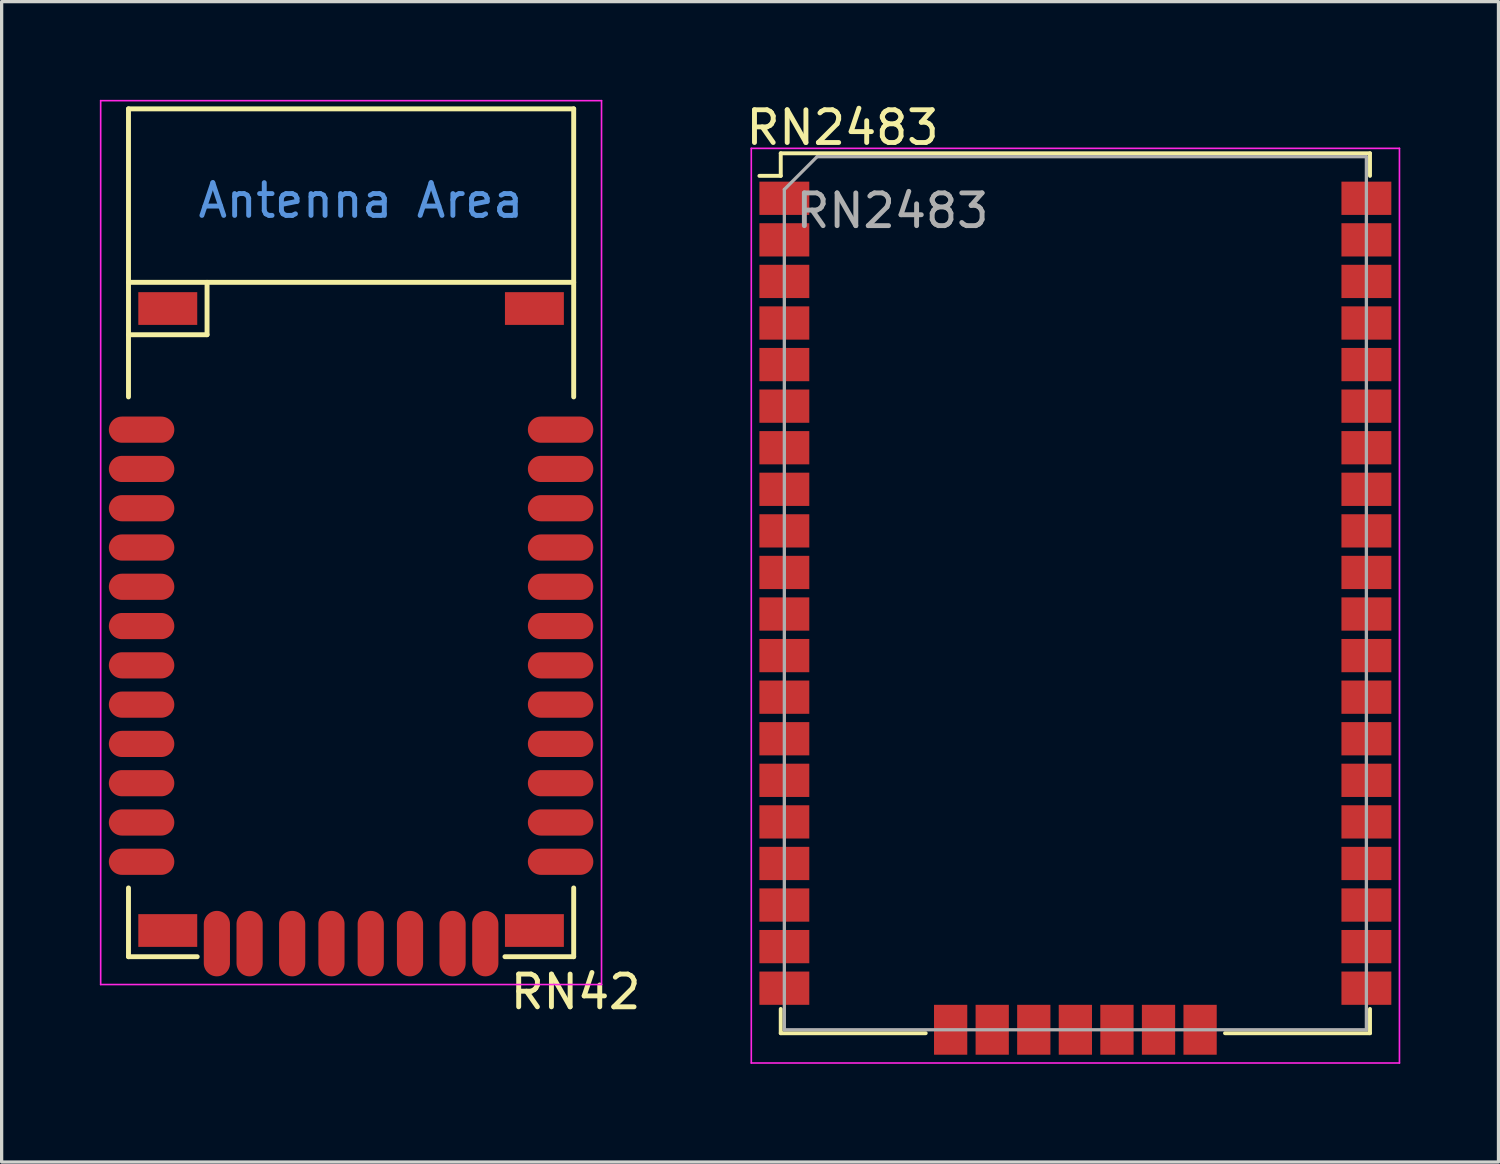
<source format=kicad_pcb>
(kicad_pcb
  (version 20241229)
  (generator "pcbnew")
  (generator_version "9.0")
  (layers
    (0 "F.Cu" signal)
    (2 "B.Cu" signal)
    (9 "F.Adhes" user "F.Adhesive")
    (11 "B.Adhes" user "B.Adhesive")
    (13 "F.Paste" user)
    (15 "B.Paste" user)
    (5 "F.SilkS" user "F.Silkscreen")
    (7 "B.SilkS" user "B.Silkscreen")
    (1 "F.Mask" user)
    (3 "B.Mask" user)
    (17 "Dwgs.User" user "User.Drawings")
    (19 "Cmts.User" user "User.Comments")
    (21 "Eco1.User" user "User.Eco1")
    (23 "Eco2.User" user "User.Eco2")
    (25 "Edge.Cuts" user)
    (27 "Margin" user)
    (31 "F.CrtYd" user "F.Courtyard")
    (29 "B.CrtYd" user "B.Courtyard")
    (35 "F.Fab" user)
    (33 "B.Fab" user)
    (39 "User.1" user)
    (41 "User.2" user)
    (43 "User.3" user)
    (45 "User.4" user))
  (footprint "RN42"
    (layer "F.Cu")
    (at 7.675 16.075)
    (property "Reference" "RN42" (at 6.858 11.176 0) (layer "F.SilkS") (effects (font (size 1 1) (thickness 0.15))))
    (attr smd)
    (fp_line (start -6.8 -15.8) (end 6.8 -15.8) (stroke (width 0.15) (type solid)) (layer "F.SilkS"))
    (fp_line (start -6.8 -10.5) (end 6.8 -10.5) (stroke (width 0.15) (type solid)) (layer "F.SilkS"))
    (fp_line (start -6.8 -8.9) (end -4.4 -8.9) (stroke (width 0.15) (type solid)) (layer "F.SilkS"))
    (fp_line (start -6.8 -7) (end -6.8 -15.8) (stroke (width 0.15) (type solid)) (layer "F.SilkS"))
    (fp_line (start -6.8 10.1) (end -6.8 8) (stroke (width 0.15) (type solid)) (layer "F.SilkS"))
    (fp_line (start -4.7 10.1) (end -6.8 10.1) (stroke (width 0.15) (type solid)) (layer "F.SilkS"))
    (fp_line (start -4.4 -8.9) (end -4.4 -10.5) (stroke (width 0.15) (type solid)) (layer "F.SilkS"))
    (fp_line (start 4.7 10.1) (end 6.8 10.1) (stroke (width 0.15) (type solid)) (layer "F.SilkS"))
    (fp_line (start 6.8 -15.8) (end 6.8 -7) (stroke (width 0.15) (type solid)) (layer "F.SilkS"))
    (fp_line (start 6.8 10.1) (end 6.8 8) (stroke (width 0.15) (type solid)) (layer "F.SilkS"))
    (fp_line (start -7.65 -16.05) (end 7.65 -16.05) (stroke (width 0.05) (type solid)) (layer "F.CrtYd"))
    (fp_line (start -7.65 10.95) (end -7.65 -16.05) (stroke (width 0.05) (type solid)) (layer "F.CrtYd"))
    (fp_line (start 7.65 -16.05) (end 7.65 10.95) (stroke (width 0.05) (type solid)) (layer "F.CrtYd"))
    (fp_line (start 7.65 10.95) (end -7.65 10.95) (stroke (width 0.05) (type solid)) (layer "F.CrtYd"))
    (fp_text user "Antenna Area" (at 0.3 -13 0) (layer "Cmts.User") (effects (font (size 1 1) (thickness 0.15))))
    (pad "1" smd oval (at -6.4 -6) (size 2 0.8) (layers "F.Cu" "F.Mask" "F.Paste"))
    (pad "2" smd oval (at -6.4 -4.8) (size 2 0.8) (layers "F.Cu" "F.Mask" "F.Paste"))
    (pad "3" smd oval (at -6.4 -3.6) (size 2 0.8) (layers "F.Cu" "F.Mask" "F.Paste"))
    (pad "4" smd oval (at -6.4 -2.4) (size 2 0.8) (layers "F.Cu" "F.Mask" "F.Paste"))
    (pad "5" smd oval (at -6.4 -1.2) (size 2 0.8) (layers "F.Cu" "F.Mask" "F.Paste"))
    (pad "6" smd oval (at -6.4 0) (size 2 0.8) (layers "F.Cu" "F.Mask" "F.Paste"))
    (pad "7" smd oval (at -6.4 1.2) (size 2 0.8) (layers "F.Cu" "F.Mask" "F.Paste"))
    (pad "8" smd oval (at -6.4 2.4) (size 2 0.8) (layers "F.Cu" "F.Mask" "F.Paste"))
    (pad "9" smd oval (at -6.4 3.6) (size 2 0.8) (layers "F.Cu" "F.Mask" "F.Paste"))
    (pad "10" smd oval (at -6.4 4.8) (size 2 0.8) (layers "F.Cu" "F.Mask" "F.Paste"))
    (pad "11" smd oval (at -6.4 6) (size 2 0.8) (layers "F.Cu" "F.Mask" "F.Paste"))
    (pad "12" smd oval (at -6.4 7.2) (size 2 0.8) (layers "F.Cu" "F.Mask" "F.Paste"))
    (pad "13" smd oval (at 6.4 7.2) (size 2 0.8) (layers "F.Cu" "F.Mask" "F.Paste"))
    (pad "14" smd oval (at 6.4 6) (size 2 0.8) (layers "F.Cu" "F.Mask" "F.Paste"))
    (pad "15" smd oval (at 6.4 4.8) (size 2 0.8) (layers "F.Cu" "F.Mask" "F.Paste"))
    (pad "16" smd oval (at 6.4 3.6) (size 2 0.8) (layers "F.Cu" "F.Mask" "F.Paste"))
    (pad "17" smd oval (at 6.4 2.4) (size 2 0.8) (layers "F.Cu" "F.Mask" "F.Paste"))
    (pad "18" smd oval (at 6.4 1.2) (size 2 0.8) (layers "F.Cu" "F.Mask" "F.Paste"))
    (pad "19" smd oval (at 6.4 0) (size 2 0.8) (layers "F.Cu" "F.Mask" "F.Paste"))
    (pad "20" smd oval (at 6.4 -1.2) (size 2 0.8) (layers "F.Cu" "F.Mask" "F.Paste"))
    (pad "21" smd oval (at 6.4 -2.4) (size 2 0.8) (layers "F.Cu" "F.Mask" "F.Paste"))
    (pad "22" smd oval (at 6.4 -3.6) (size 2 0.8) (layers "F.Cu" "F.Mask" "F.Paste"))
    (pad "23" smd oval (at 6.4 -4.8) (size 2 0.8) (layers "F.Cu" "F.Mask" "F.Paste"))
    (pad "24" smd oval (at 6.4 -6) (size 2 0.8) (layers "F.Cu" "F.Mask" "F.Paste"))
    (pad "28" smd oval (at 3.1 9.7 90) (size 2 0.8) (layers "F.Cu" "F.Mask" "F.Paste"))
    (pad "29" smd oval (at -3.1 9.7 90) (size 2 0.8) (layers "F.Cu" "F.Mask" "F.Paste"))
    (pad "30" smd oval (at 4.1 9.7 90) (size 2 0.8) (layers "F.Cu" "F.Mask" "F.Paste"))
    (pad "31" smd oval (at 1.8 9.7 90) (size 2 0.8) (layers "F.Cu" "F.Mask" "F.Paste"))
    (pad "32" smd oval (at 0.6 9.7 90) (size 2 0.8) (layers "F.Cu" "F.Mask" "F.Paste"))
    (pad "33" smd oval (at -0.6 9.7 90) (size 2 0.8) (layers "F.Cu" "F.Mask" "F.Paste"))
    (pad "34" smd oval (at -1.8 9.7 90) (size 2 0.8) (layers "F.Cu" "F.Mask" "F.Paste"))
    (pad "35" smd oval (at -4.1 9.7 90) (size 2 0.8) (layers "F.Cu" "F.Mask" "F.Paste"))
    (pad "36" smd rect (at -5.6 -9.7) (size 1.8 1) (layers "F.Cu" "F.Mask" "F.Paste"))
    (pad "36" smd rect (at -5.6 9.3) (size 1.8 1) (layers "F.Cu" "F.Mask" "F.Paste"))
    (pad "36" smd rect (at 5.6 -9.7) (size 1.8 1) (layers "F.Cu" "F.Mask" "F.Paste"))
    (pad "36" smd rect (at 5.6 9.3) (size 1.8 1) (layers "F.Cu" "F.Mask" "F.Paste")))
  (footprint "RN2483"
    (layer "F.Cu")
    (at 29.8 15.072)
    (property "Reference" "RN2483" (at -7.112 -14.224 0) (layer "F.SilkS") (effects (font (size 1 1) (thickness 0.15))))
    (attr smd)
    (fp_line (start -9 -13.44) (end 9 -13.44) (stroke (width 0.12) (type solid)) (layer "F.SilkS"))
    (fp_line (start -9 -12.75) (end -9.652 -12.75) (stroke (width 0.12) (type solid)) (layer "F.SilkS"))
    (fp_line (start -9 -12.75) (end -9 -13.44) (stroke (width 0.12) (type solid)) (layer "F.SilkS"))
    (fp_line (start -9 12.7) (end -9 13.44) (stroke (width 0.12) (type solid)) (layer "F.SilkS"))
    (fp_line (start -9 13.44) (end -4.572 13.44) (stroke (width 0.12) (type solid)) (layer "F.SilkS"))
    (fp_line (start 4.572 13.44) (end 9 13.44) (stroke (width 0.12) (type solid)) (layer "F.SilkS"))
    (fp_line (start 9 -13.44) (end 9 -12.75) (stroke (width 0.12) (type solid)) (layer "F.SilkS"))
    (fp_line (start 9 13.44) (end 9 12.7) (stroke (width 0.12) (type solid)) (layer "F.SilkS"))
    (fp_line (start -9.9 -13.59) (end 9.9 -13.59) (stroke (width 0.05) (type solid)) (layer "F.CrtYd"))
    (fp_line (start -9.9 14.35) (end -9.9 -13.59) (stroke (width 0.05) (type solid)) (layer "F.CrtYd"))
    (fp_line (start 9.9 -13.59) (end 9.9 14.35) (stroke (width 0.05) (type solid)) (layer "F.CrtYd"))
    (fp_line (start 9.9 14.35) (end -9.9 14.35) (stroke (width 0.05) (type solid)) (layer "F.CrtYd"))
    (fp_line (start -8.89 13.335) (end -8.89 -12.335) (stroke (width 0.1) (type solid)) (layer "F.Fab"))
    (fp_line (start -7.89 -13.335) (end -8.89 -12.335) (stroke (width 0.1) (type solid)) (layer "F.Fab"))
    (fp_line (start -7.89 -13.335) (end 8.89 -13.335) (stroke (width 0.1) (type solid)) (layer "F.Fab"))
    (fp_line (start 8.89 -13.335) (end 8.89 13.335) (stroke (width 0.1) (type solid)) (layer "F.Fab"))
    (fp_line (start 8.89 13.335) (end -8.89 13.335) (stroke (width 0.1) (type solid)) (layer "F.Fab"))
    (fp_text user "${REFERENCE}" (at -5.588 -11.684 0) (layer "F.Fab") (effects (font (size 1 1) (thickness 0.15))))
    (pad "1" smd rect (at -8.89 -12.065) (size 1.524 1.016) (layers "F.Cu" "F.Mask" "F.Paste"))
    (pad "2" smd rect (at -8.89 -10.795) (size 1.524 1.016) (layers "F.Cu" "F.Mask" "F.Paste"))
    (pad "3" smd rect (at -8.89 -9.525) (size 1.524 1.016) (layers "F.Cu" "F.Mask" "F.Paste"))
    (pad "4" smd rect (at -8.89 -8.255) (size 1.524 1.016) (layers "F.Cu" "F.Mask" "F.Paste"))
    (pad "5" smd rect (at -8.89 -6.985) (size 1.524 1.016) (layers "F.Cu" "F.Mask" "F.Paste"))
    (pad "6" smd rect (at -8.89 -5.715) (size 1.524 1.016) (layers "F.Cu" "F.Mask" "F.Paste"))
    (pad "7" smd rect (at -8.89 -4.445) (size 1.524 1.016) (layers "F.Cu" "F.Mask" "F.Paste"))
    (pad "8" smd rect (at -8.89 -3.175) (size 1.524 1.016) (layers "F.Cu" "F.Mask" "F.Paste"))
    (pad "9" smd rect (at -8.89 -1.905) (size 1.524 1.016) (layers "F.Cu" "F.Mask" "F.Paste"))
    (pad "10" smd rect (at -8.89 -0.635) (size 1.524 1.016) (layers "F.Cu" "F.Mask" "F.Paste"))
    (pad "11" smd rect (at -8.89 0.635) (size 1.524 1.016) (layers "F.Cu" "F.Mask" "F.Paste"))
    (pad "12" smd rect (at -8.89 1.905) (size 1.524 1.016) (layers "F.Cu" "F.Mask" "F.Paste"))
    (pad "13" smd rect (at -8.89 3.175) (size 1.524 1.016) (layers "F.Cu" "F.Mask" "F.Paste"))
    (pad "14" smd rect (at -8.89 4.445) (size 1.524 1.016) (layers "F.Cu" "F.Mask" "F.Paste"))
    (pad "15" smd rect (at -8.89 5.715) (size 1.524 1.016) (layers "F.Cu" "F.Mask" "F.Paste"))
    (pad "16" smd rect (at -8.89 6.985) (size 1.524 1.016) (layers "F.Cu" "F.Mask" "F.Paste"))
    (pad "17" smd rect (at -8.89 8.255) (size 1.524 1.016) (layers "F.Cu" "F.Mask" "F.Paste"))
    (pad "18" smd rect (at -8.89 9.525) (size 1.524 1.016) (layers "F.Cu" "F.Mask" "F.Paste"))
    (pad "19" smd rect (at -8.89 10.795) (size 1.524 1.016) (layers "F.Cu" "F.Mask" "F.Paste"))
    (pad "20" smd rect (at -8.89 12.065) (size 1.524 1.016) (layers "F.Cu" "F.Mask" "F.Paste"))
    (pad "21" smd rect (at -3.81 13.335 90) (size 1.524 1.016) (layers "F.Cu" "F.Mask" "F.Paste"))
    (pad "22" smd rect (at -2.54 13.335 90) (size 1.524 1.016) (layers "F.Cu" "F.Mask" "F.Paste"))
    (pad "23" smd rect (at -1.27 13.335 90) (size 1.524 1.016) (layers "F.Cu" "F.Mask" "F.Paste"))
    (pad "24" smd rect (at 0 13.335 90) (size 1.524 1.016) (layers "F.Cu" "F.Mask" "F.Paste"))
    (pad "25" smd rect (at 1.27 13.335 90) (size 1.524 1.016) (layers "F.Cu" "F.Mask" "F.Paste"))
    (pad "26" smd rect (at 2.54 13.335 90) (size 1.524 1.016) (layers "F.Cu" "F.Mask" "F.Paste"))
    (pad "27" smd rect (at 3.81 13.335 90) (size 1.524 1.016) (layers "F.Cu" "F.Mask" "F.Paste"))
    (pad "28" smd rect (at 8.89 12.065) (size 1.524 1.016) (layers "F.Cu" "F.Mask" "F.Paste"))
    (pad "29" smd rect (at 8.89 10.795) (size 1.524 1.016) (layers "F.Cu" "F.Mask" "F.Paste"))
    (pad "30" smd rect (at 8.89 9.525) (size 1.524 1.016) (layers "F.Cu" "F.Mask" "F.Paste"))
    (pad "31" smd rect (at 8.89 8.255) (size 1.524 1.016) (layers "F.Cu" "F.Mask" "F.Paste"))
    (pad "32" smd rect (at 8.89 6.985) (size 1.524 1.016) (layers "F.Cu" "F.Mask" "F.Paste"))
    (pad "33" smd rect (at 8.89 5.715) (size 1.524 1.016) (layers "F.Cu" "F.Mask" "F.Paste"))
    (pad "34" smd rect (at 8.89 4.445) (size 1.524 1.016) (layers "F.Cu" "F.Mask" "F.Paste"))
    (pad "35" smd rect (at 8.89 3.175) (size 1.524 1.016) (layers "F.Cu" "F.Mask" "F.Paste"))
    (pad "36" smd rect (at 8.89 1.905) (size 1.524 1.016) (layers "F.Cu" "F.Mask" "F.Paste"))
    (pad "37" smd rect (at 8.89 0.635) (size 1.524 1.016) (layers "F.Cu" "F.Mask" "F.Paste"))
    (pad "38" smd rect (at 8.89 -0.635) (size 1.524 1.016) (layers "F.Cu" "F.Mask" "F.Paste"))
    (pad "39" smd rect (at 8.89 -1.905) (size 1.524 1.016) (layers "F.Cu" "F.Mask" "F.Paste"))
    (pad "40" smd rect (at 8.89 -3.175) (size 1.524 1.016) (layers "F.Cu" "F.Mask" "F.Paste"))
    (pad "41" smd rect (at 8.89 -4.445) (size 1.524 1.016) (layers "F.Cu" "F.Mask" "F.Paste"))
    (pad "42" smd rect (at 8.89 -5.715) (size 1.524 1.016) (layers "F.Cu" "F.Mask" "F.Paste"))
    (pad "43" smd rect (at 8.89 -6.985) (size 1.524 1.016) (layers "F.Cu" "F.Mask" "F.Paste"))
    (pad "44" smd rect (at 8.89 -8.255) (size 1.524 1.016) (layers "F.Cu" "F.Mask" "F.Paste"))
    (pad "45" smd rect (at 8.89 -9.525) (size 1.524 1.016) (layers "F.Cu" "F.Mask" "F.Paste"))
    (pad "46" smd rect (at 8.89 -10.795) (size 1.524 1.016) (layers "F.Cu" "F.Mask" "F.Paste"))
    (pad "47" smd rect (at 8.89 -12.065) (size 1.524 1.016) (layers "F.Cu" "F.Mask" "F.Paste")))
  (gr_rect
    (start -3 -3)
    (end 42.725 32.447)
    (stroke (width 0.1) (type default))
    (fill no)
    (layer "Edge.Cuts")))
</source>
